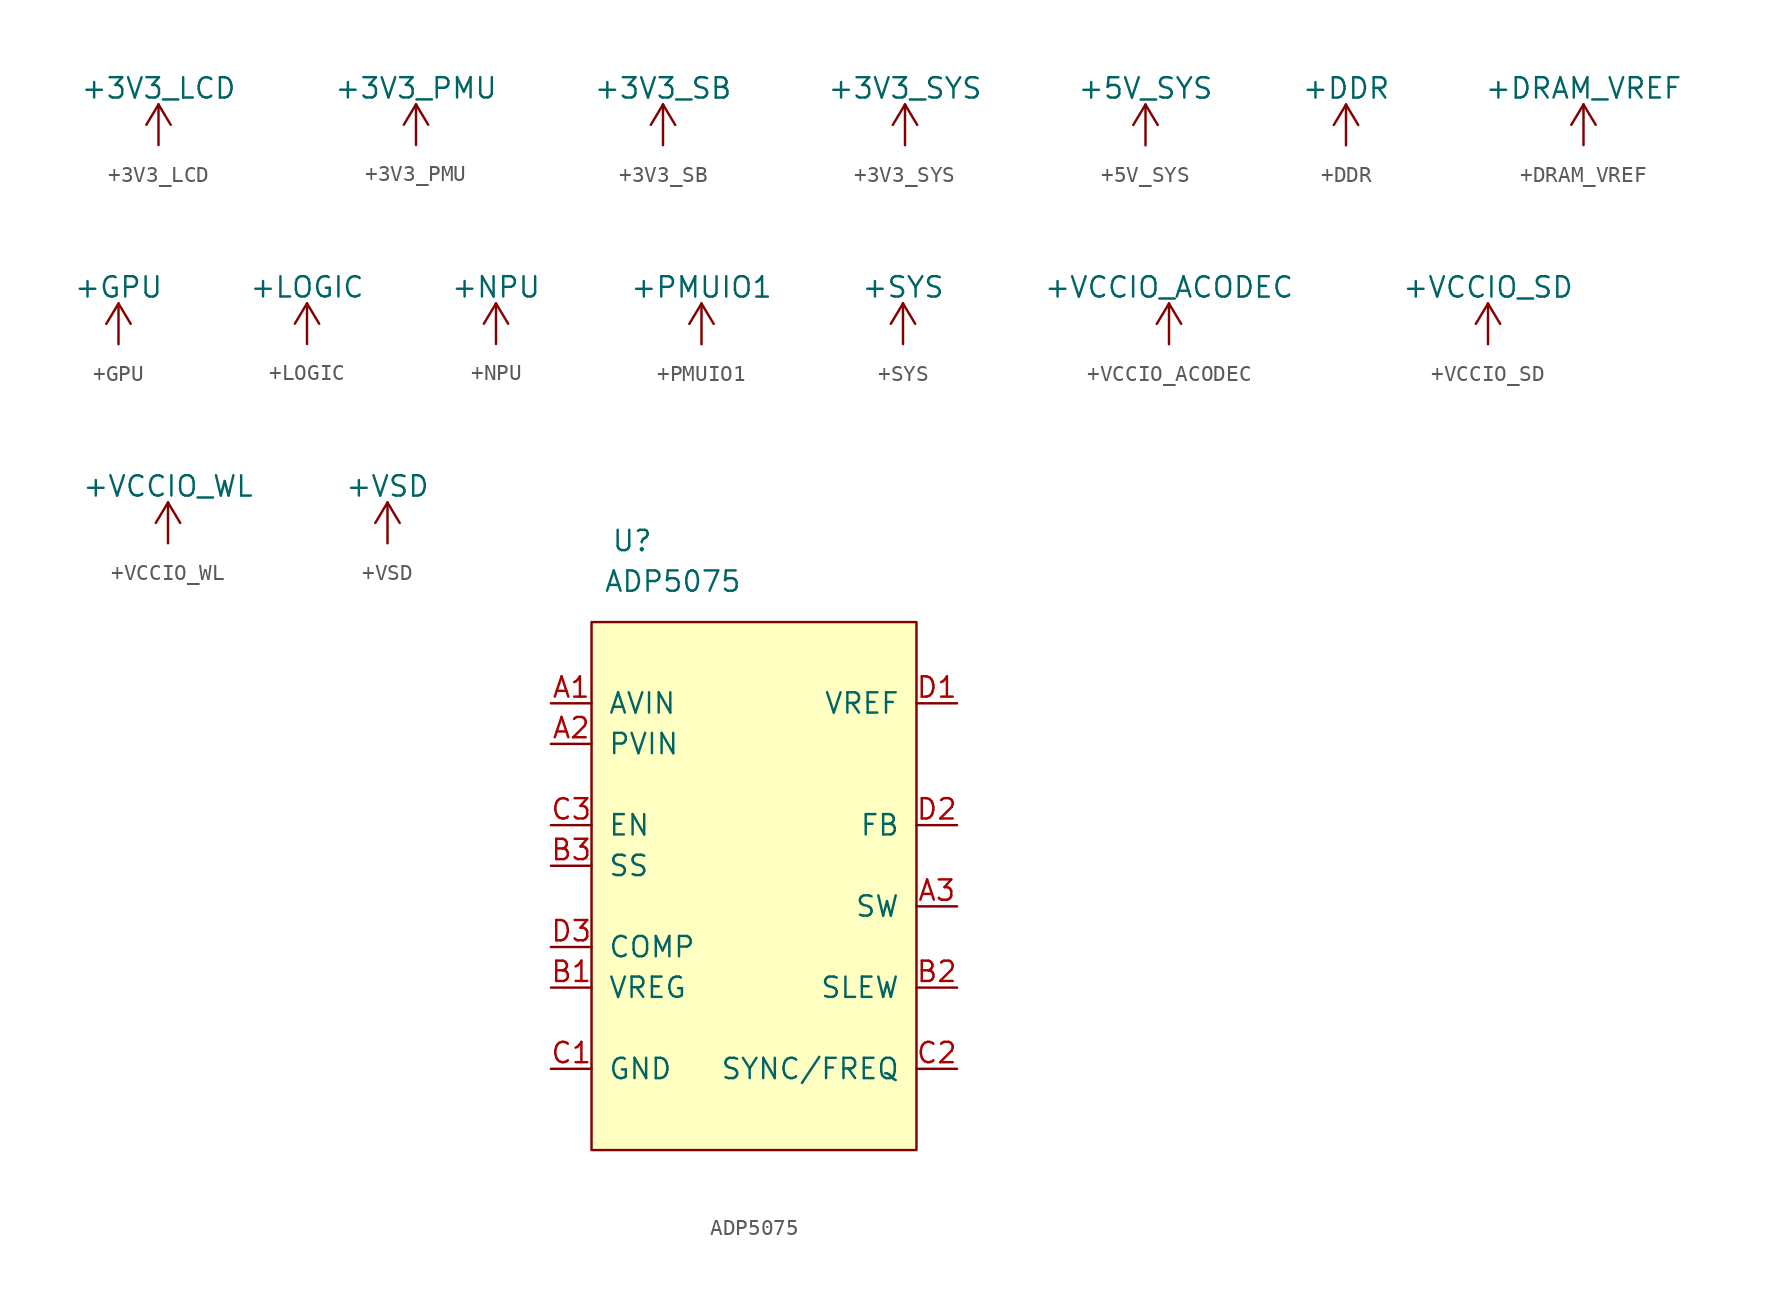
<source format=kicad_sym>
(kicad_symbol_lib
  (version 20211014)
  (generator kicad_symbol_editor)
  (symbol "+3V3_LCD"
    (power)
    (pin_names
      (offset 0))
    (property "Reference" "#PWR"
      (at 0 -3.81 0)
      (effects (font (size 1.27 1.27)) hide))
    (property "Value" "+3V3_LCD"
      (at 0 3.556 0)
      (effects (font (size 1.27 1.27))))
    (symbol "+3V3_LCD_0_1"
      (polyline (pts (xy -0.762 1.27) (xy 0 2.54)) (stroke (width 0) (type default) (color 0 0 0 0)) (fill (type none)))
      (polyline (pts (xy 0 0) (xy 0 2.54)) (stroke (width 0) (type default) (color 0 0 0 0)) (fill (type none)))
      (polyline (pts (xy 0 2.54) (xy 0.762 1.27)) (stroke (width 0) (type default) (color 0 0 0 0)) (fill (type none))))
    (symbol "+3V3_LCD_1_1"
      (pin power_in line (at 0 0 90) (length 0) hide (name "+3V3_LCD" (effects (font (size 1.27 1.27)))) (number "1" (effects (font (size 1.27 1.27)))))))
  (symbol "+3V3_PMU"
    (power)
    (pin_names
      (offset 0))
    (property "Reference" "#PWR"
      (at 0 -3.81 0)
      (effects (font (size 1.27 1.27)) hide))
    (property "Value" "+3V3_PMU"
      (at 0 3.556 0)
      (effects (font (size 1.27 1.27))))
    (symbol "+3V3_PMU_0_1"
      (polyline (pts (xy -0.762 1.27) (xy 0 2.54)) (stroke (width 0) (type default) (color 0 0 0 0)) (fill (type none)))
      (polyline (pts (xy 0 0) (xy 0 2.54)) (stroke (width 0) (type default) (color 0 0 0 0)) (fill (type none)))
      (polyline (pts (xy 0 2.54) (xy 0.762 1.27)) (stroke (width 0) (type default) (color 0 0 0 0)) (fill (type none))))
    (symbol "+3V3_PMU_1_1"
      (pin power_in line (at 0 0 90) (length 0) hide (name "+3V3_PMU" (effects (font (size 1.27 1.27)))) (number "1" (effects (font (size 1.27 1.27)))))))
  (symbol "+3V3_SB"
    (power)
    (pin_names
      (offset 0))
    (property "Reference" "#PWR"
      (at 0 -3.81 0)
      (effects (font (size 1.27 1.27)) hide))
    (property "Value" "+3V3_SB"
      (at 0 3.556 0)
      (effects (font (size 1.27 1.27))))
    (symbol "+3V3_SB_0_1"
      (polyline (pts (xy -0.762 1.27) (xy 0 2.54)) (stroke (width 0) (type default) (color 0 0 0 0)) (fill (type none)))
      (polyline (pts (xy 0 0) (xy 0 2.54)) (stroke (width 0) (type default) (color 0 0 0 0)) (fill (type none)))
      (polyline (pts (xy 0 2.54) (xy 0.762 1.27)) (stroke (width 0) (type default) (color 0 0 0 0)) (fill (type none))))
    (symbol "+3V3_SB_1_1"
      (pin power_in line (at 0 0 90) (length 0) hide (name "+3V3_SB" (effects (font (size 1.27 1.27)))) (number "1" (effects (font (size 1.27 1.27)))))))
  (symbol "+3V3_SYS"
    (power)
    (pin_names
      (offset 0))
    (property "Reference" "#PWR"
      (at 0 -3.81 0)
      (effects (font (size 1.27 1.27)) hide))
    (property "Value" "+3V3_SYS"
      (at 0 3.556 0)
      (effects (font (size 1.27 1.27))))
    (symbol "+3V3_SYS_0_1"
      (polyline (pts (xy -0.762 1.27) (xy 0 2.54)) (stroke (width 0) (type default) (color 0 0 0 0)) (fill (type none)))
      (polyline (pts (xy 0 0) (xy 0 2.54)) (stroke (width 0) (type default) (color 0 0 0 0)) (fill (type none)))
      (polyline (pts (xy 0 2.54) (xy 0.762 1.27)) (stroke (width 0) (type default) (color 0 0 0 0)) (fill (type none))))
    (symbol "+3V3_SYS_1_1"
      (pin power_in line (at 0 0 90) (length 0) hide (name "+3V3_SYS" (effects (font (size 1.27 1.27)))) (number "1" (effects (font (size 1.27 1.27)))))))
  (symbol "+5V_SYS"
    (power)
    (pin_names
      (offset 0))
    (property "Reference" "#PWR"
      (at 0 -3.81 0)
      (effects (font (size 1.27 1.27)) hide))
    (property "Value" "+5V_SYS"
      (at 0 3.556 0)
      (effects (font (size 1.27 1.27))))
    (symbol "+5V_SYS_0_1"
      (polyline (pts (xy -0.762 1.27) (xy 0 2.54)) (stroke (width 0) (type default) (color 0 0 0 0)) (fill (type none)))
      (polyline (pts (xy 0 0) (xy 0 2.54)) (stroke (width 0) (type default) (color 0 0 0 0)) (fill (type none)))
      (polyline (pts (xy 0 2.54) (xy 0.762 1.27)) (stroke (width 0) (type default) (color 0 0 0 0)) (fill (type none))))
    (symbol "+5V_SYS_1_1"
      (pin power_in line (at 0 0 90) (length 0) hide (name "+5V_SYS" (effects (font (size 1.27 1.27)))) (number "1" (effects (font (size 1.27 1.27)))))))
  (symbol "+DDR"
    (power)
    (pin_names
      (offset 0))
    (property "Reference" "#PWR"
      (at 0 -3.81 0)
      (effects (font (size 1.27 1.27)) hide))
    (property "Value" "+DDR"
      (at 0 3.556 0)
      (effects (font (size 1.27 1.27))))
    (symbol "+DDR_0_1"
      (polyline (pts (xy -0.762 1.27) (xy 0 2.54)) (stroke (width 0) (type default) (color 0 0 0 0)) (fill (type none)))
      (polyline (pts (xy 0 0) (xy 0 2.54)) (stroke (width 0) (type default) (color 0 0 0 0)) (fill (type none)))
      (polyline (pts (xy 0 2.54) (xy 0.762 1.27)) (stroke (width 0) (type default) (color 0 0 0 0)) (fill (type none))))
    (symbol "+DDR_1_1"
      (pin power_in line (at 0 0 90) (length 0) hide (name "+DDR" (effects (font (size 1.27 1.27)))) (number "1" (effects (font (size 1.27 1.27)))))))
  (symbol "+DRAM_VREF"
    (power)
    (pin_names
      (offset 0))
    (property "Reference" "#PWR"
      (at 0 -3.81 0)
      (effects (font (size 1.27 1.27)) hide))
    (property "Value" "+DRAM_VREF"
      (at 0 3.556 0)
      (effects (font (size 1.27 1.27))))
    (symbol "+DRAM_VREF_0_1"
      (polyline (pts (xy -0.762 1.27) (xy 0 2.54)) (stroke (width 0) (type default) (color 0 0 0 0)) (fill (type none)))
      (polyline (pts (xy 0 0) (xy 0 2.54)) (stroke (width 0) (type default) (color 0 0 0 0)) (fill (type none)))
      (polyline (pts (xy 0 2.54) (xy 0.762 1.27)) (stroke (width 0) (type default) (color 0 0 0 0)) (fill (type none))))
    (symbol "+DRAM_VREF_1_1"
      (pin power_in line (at 0 0 90) (length 0) hide (name "+DRAM_VREF" (effects (font (size 1.27 1.27)))) (number "1" (effects (font (size 1.27 1.27)))))))
  (symbol "+GPU"
    (power)
    (pin_names
      (offset 0))
    (property "Reference" "#PWR"
      (at 0 -3.81 0)
      (effects (font (size 1.27 1.27)) hide))
    (property "Value" "+GPU"
      (at 0 3.556 0)
      (effects (font (size 1.27 1.27))))
    (symbol "+GPU_0_1"
      (polyline (pts (xy -0.762 1.27) (xy 0 2.54)) (stroke (width 0) (type default) (color 0 0 0 0)) (fill (type none)))
      (polyline (pts (xy 0 0) (xy 0 2.54)) (stroke (width 0) (type default) (color 0 0 0 0)) (fill (type none)))
      (polyline (pts (xy 0 2.54) (xy 0.762 1.27)) (stroke (width 0) (type default) (color 0 0 0 0)) (fill (type none))))
    (symbol "+GPU_1_1"
      (pin power_in line (at 0 0 90) (length 0) hide (name "+GPU" (effects (font (size 1.27 1.27)))) (number "1" (effects (font (size 1.27 1.27)))))))
  (symbol "+LOGIC"
    (power)
    (pin_names
      (offset 0))
    (property "Reference" "#PWR"
      (at 0 -3.81 0)
      (effects (font (size 1.27 1.27)) hide))
    (property "Value" "+LOGIC"
      (at 0 3.556 0)
      (effects (font (size 1.27 1.27))))
    (symbol "+LOGIC_0_1"
      (polyline (pts (xy -0.762 1.27) (xy 0 2.54)) (stroke (width 0) (type default) (color 0 0 0 0)) (fill (type none)))
      (polyline (pts (xy 0 0) (xy 0 2.54)) (stroke (width 0) (type default) (color 0 0 0 0)) (fill (type none)))
      (polyline (pts (xy 0 2.54) (xy 0.762 1.27)) (stroke (width 0) (type default) (color 0 0 0 0)) (fill (type none))))
    (symbol "+LOGIC_1_1"
      (pin power_in line (at 0 0 90) (length 0) hide (name "+LOGIC" (effects (font (size 1.27 1.27)))) (number "1" (effects (font (size 1.27 1.27)))))))
  (symbol "+NPU"
    (power)
    (pin_names
      (offset 0))
    (property "Reference" "#PWR"
      (at 0 -3.81 0)
      (effects (font (size 1.27 1.27)) hide))
    (property "Value" "+NPU"
      (at 0 3.556 0)
      (effects (font (size 1.27 1.27))))
    (symbol "+NPU_0_1"
      (polyline (pts (xy -0.762 1.27) (xy 0 2.54)) (stroke (width 0) (type default) (color 0 0 0 0)) (fill (type none)))
      (polyline (pts (xy 0 0) (xy 0 2.54)) (stroke (width 0) (type default) (color 0 0 0 0)) (fill (type none)))
      (polyline (pts (xy 0 2.54) (xy 0.762 1.27)) (stroke (width 0) (type default) (color 0 0 0 0)) (fill (type none))))
    (symbol "+NPU_1_1"
      (pin power_in line (at 0 0 90) (length 0) hide (name "+NPU" (effects (font (size 1.27 1.27)))) (number "1" (effects (font (size 1.27 1.27)))))))
  (symbol "+PMUIO1"
    (power)
    (pin_names
      (offset 0))
    (property "Reference" "#PWR"
      (at 0 -3.81 0)
      (effects (font (size 1.27 1.27)) hide))
    (property "Value" "+PMUIO1"
      (at 0 3.556 0)
      (effects (font (size 1.27 1.27))))
    (symbol "+PMUIO1_0_1"
      (polyline (pts (xy -0.762 1.27) (xy 0 2.54)) (stroke (width 0) (type default) (color 0 0 0 0)) (fill (type none)))
      (polyline (pts (xy 0 0) (xy 0 2.54)) (stroke (width 0) (type default) (color 0 0 0 0)) (fill (type none)))
      (polyline (pts (xy 0 2.54) (xy 0.762 1.27)) (stroke (width 0) (type default) (color 0 0 0 0)) (fill (type none))))
    (symbol "+PMUIO1_1_1"
      (pin power_in line (at 0 0 90) (length 0) hide (name "+PMUIO1" (effects (font (size 1.27 1.27)))) (number "1" (effects (font (size 1.27 1.27)))))))
  (symbol "+SYS"
    (power)
    (pin_names
      (offset 0))
    (property "Reference" "#PWR"
      (at 0 -3.81 0)
      (effects (font (size 1.27 1.27)) hide))
    (property "Value" "+SYS"
      (at 0 3.556 0)
      (effects (font (size 1.27 1.27))))
    (symbol "+SYS_0_1"
      (polyline (pts (xy -0.762 1.27) (xy 0 2.54)) (stroke (width 0) (type default) (color 0 0 0 0)) (fill (type none)))
      (polyline (pts (xy 0 0) (xy 0 2.54)) (stroke (width 0) (type default) (color 0 0 0 0)) (fill (type none)))
      (polyline (pts (xy 0 2.54) (xy 0.762 1.27)) (stroke (width 0) (type default) (color 0 0 0 0)) (fill (type none))))
    (symbol "+SYS_1_1"
      (pin power_in line (at 0 0 90) (length 0) hide (name "+SYS" (effects (font (size 1.27 1.27)))) (number "1" (effects (font (size 1.27 1.27)))))))
  (symbol "+VCCIO_ACODEC"
    (power)
    (pin_names
      (offset 0))
    (property "Reference" "#PWR"
      (at 0 -3.81 0)
      (effects (font (size 1.27 1.27)) hide))
    (property "Value" "+VCCIO_ACODEC"
      (at 0 3.556 0)
      (effects (font (size 1.27 1.27))))
    (symbol "+VCCIO_ACODEC_0_1"
      (polyline (pts (xy -0.762 1.27) (xy 0 2.54)) (stroke (width 0) (type default) (color 0 0 0 0)) (fill (type none)))
      (polyline (pts (xy 0 0) (xy 0 2.54)) (stroke (width 0) (type default) (color 0 0 0 0)) (fill (type none)))
      (polyline (pts (xy 0 2.54) (xy 0.762 1.27)) (stroke (width 0) (type default) (color 0 0 0 0)) (fill (type none))))
    (symbol "+VCCIO_ACODEC_1_1"
      (pin power_in line (at 0 0 90) (length 0) hide (name "+VCCIO_ACODEC" (effects (font (size 1.27 1.27)))) (number "1" (effects (font (size 1.27 1.27)))))))
  (symbol "+VCCIO_SD"
    (power)
    (pin_names
      (offset 0))
    (property "Reference" "#PWR"
      (at 0 -3.81 0)
      (effects (font (size 1.27 1.27)) hide))
    (property "Value" "+VCCIO_SD"
      (at 0 3.556 0)
      (effects (font (size 1.27 1.27))))
    (symbol "+VCCIO_SD_0_1"
      (polyline (pts (xy -0.762 1.27) (xy 0 2.54)) (stroke (width 0) (type default) (color 0 0 0 0)) (fill (type none)))
      (polyline (pts (xy 0 0) (xy 0 2.54)) (stroke (width 0) (type default) (color 0 0 0 0)) (fill (type none)))
      (polyline (pts (xy 0 2.54) (xy 0.762 1.27)) (stroke (width 0) (type default) (color 0 0 0 0)) (fill (type none))))
    (symbol "+VCCIO_SD_1_1"
      (pin power_in line (at 0 0 90) (length 0) hide (name "+VCCIO_SD" (effects (font (size 1.27 1.27)))) (number "1" (effects (font (size 1.27 1.27)))))))
  (symbol "+VCCIO_WL"
    (power)
    (pin_names
      (offset 0))
    (property "Reference" "#PWR"
      (at 0 -3.81 0)
      (effects (font (size 1.27 1.27)) hide))
    (property "Value" "+VCCIO_WL"
      (at 0 3.556 0)
      (effects (font (size 1.27 1.27))))
    (symbol "+VCCIO_WL_0_1"
      (polyline (pts (xy -0.762 1.27) (xy 0 2.54)) (stroke (width 0) (type default) (color 0 0 0 0)) (fill (type none)))
      (polyline (pts (xy 0 0) (xy 0 2.54)) (stroke (width 0) (type default) (color 0 0 0 0)) (fill (type none)))
      (polyline (pts (xy 0 2.54) (xy 0.762 1.27)) (stroke (width 0) (type default) (color 0 0 0 0)) (fill (type none))))
    (symbol "+VCCIO_WL_1_1"
      (pin power_in line (at 0 0 90) (length 0) hide (name "+VCCIO_WL" (effects (font (size 1.27 1.27)))) (number "1" (effects (font (size 1.27 1.27)))))))
  (symbol "+VSD"
    (power)
    (pin_names
      (offset 0))
    (property "Reference" "#PWR"
      (at 0 -3.81 0)
      (effects (font (size 1.27 1.27)) hide))
    (property "Value" "+VSD"
      (at 0 3.556 0)
      (effects (font (size 1.27 1.27))))
    (symbol "+VSD_0_1"
      (polyline (pts (xy -0.762 1.27) (xy 0 2.54)) (stroke (width 0) (type default) (color 0 0 0 0)) (fill (type none)))
      (polyline (pts (xy 0 0) (xy 0 2.54)) (stroke (width 0) (type default) (color 0 0 0 0)) (fill (type none)))
      (polyline (pts (xy 0 2.54) (xy 0.762 1.27)) (stroke (width 0) (type default) (color 0 0 0 0)) (fill (type none))))
    (symbol "+VSD_1_1"
      (pin power_in line (at 0 0 90) (length 0) hide (name "+VSD" (effects (font (size 1.27 1.27)))) (number "1" (effects (font (size 1.27 1.27)))))))
  (symbol "ADP5075"
    (pin_names
      (offset 1.016))
    (property "Reference" "U"
      (at -7.62 22.86 0)
      (effects (font (size 1.27 1.27))))
    (property "Value" "ADP5075"
      (at -5.08 20.32 0)
      (effects (font (size 1.27 1.27))))
    (symbol "ADP5075_0_1"
      (rectangle (start -10.16 17.78) (end 10.16 -15.24) (stroke (width 0) (type default) (color 0 0 0 0)) (fill (type background))))
    (symbol "ADP5075_1_1"
      (pin power_in line (at -12.7 12.7 0) (length 2.54) (name "AVIN" (effects (font (size 1.27 1.27)))) (number "A1" (effects (font (size 1.27 1.27)))))
      (pin power_in line (at -12.7 10.16 0) (length 2.54) (name "PVIN" (effects (font (size 1.27 1.27)))) (number "A2" (effects (font (size 1.27 1.27)))))
      (pin output line (at 12.7 0 180) (length 2.54) (name "SW" (effects (font (size 1.27 1.27)))) (number "A3" (effects (font (size 1.27 1.27)))))
      (pin power_out line (at -12.7 -5.08 0) (length 2.54) (name "VREG" (effects (font (size 1.27 1.27)))) (number "B1" (effects (font (size 1.27 1.27)))))
      (pin output line (at 12.7 -5.08 180) (length 2.54) (name "SLEW" (effects (font (size 1.27 1.27)))) (number "B2" (effects (font (size 1.27 1.27)))))
      (pin input line (at -12.7 2.54 0) (length 2.54) (name "SS" (effects (font (size 1.27 1.27)))) (number "B3" (effects (font (size 1.27 1.27)))))
      (pin power_in line (at -12.7 -10.16 0) (length 2.54) (name "GND" (effects (font (size 1.27 1.27)))) (number "C1" (effects (font (size 1.27 1.27)))))
      (pin input line (at 12.7 -10.16 180) (length 2.54) (name "SYNC/FREQ" (effects (font (size 1.27 1.27)))) (number "C2" (effects (font (size 1.27 1.27)))))
      (pin input line (at -12.7 5.08 0) (length 2.54) (name "EN" (effects (font (size 1.27 1.27)))) (number "C3" (effects (font (size 1.27 1.27)))))
      (pin power_out line (at 12.7 12.7 180) (length 2.54) (name "VREF" (effects (font (size 1.27 1.27)))) (number "D1" (effects (font (size 1.27 1.27)))))
      (pin input line (at 12.7 5.08 180) (length 2.54) (name "FB" (effects (font (size 1.27 1.27)))) (number "D2" (effects (font (size 1.27 1.27)))))
      (pin input line (at -12.7 -2.54 0) (length 2.54) (name "COMP" (effects (font (size 1.27 1.27)))) (number "D3" (effects (font (size 1.27 1.27))))))))
</source>
